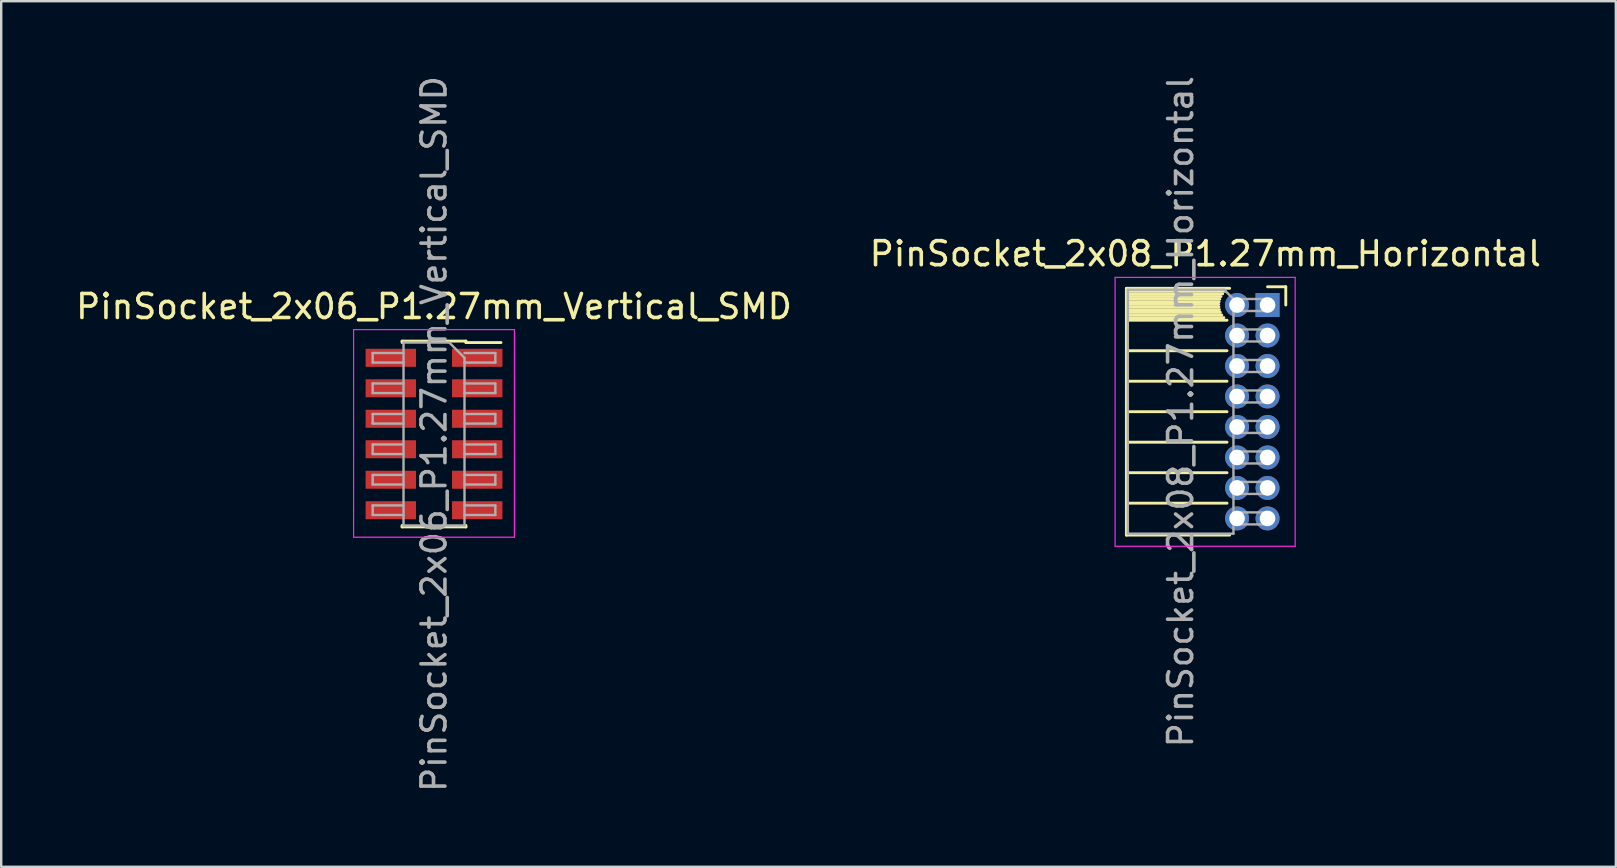
<source format=kicad_pcb>
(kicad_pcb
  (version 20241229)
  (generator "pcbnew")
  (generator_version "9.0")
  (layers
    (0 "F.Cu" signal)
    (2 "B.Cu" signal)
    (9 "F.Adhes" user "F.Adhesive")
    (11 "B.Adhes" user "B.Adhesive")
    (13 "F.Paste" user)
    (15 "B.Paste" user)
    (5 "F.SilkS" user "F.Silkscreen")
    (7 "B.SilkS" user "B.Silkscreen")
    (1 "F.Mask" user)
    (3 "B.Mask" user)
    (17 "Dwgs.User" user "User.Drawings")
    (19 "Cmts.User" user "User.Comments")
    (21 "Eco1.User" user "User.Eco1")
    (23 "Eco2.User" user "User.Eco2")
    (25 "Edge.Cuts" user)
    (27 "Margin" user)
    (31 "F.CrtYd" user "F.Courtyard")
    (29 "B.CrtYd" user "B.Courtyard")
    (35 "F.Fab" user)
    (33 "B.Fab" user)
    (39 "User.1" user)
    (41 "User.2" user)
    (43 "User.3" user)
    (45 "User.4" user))
  (footprint "PinSocket_2x08_P1.27mm_Horizontal"
    (layer "F.Cu")
    (at 49.753 9.656)
    (property "Reference" "PinSocket_2x08_P1.27mm_Horizontal" (at -2.592 -2.135 0) (layer "F.SilkS") (effects (font (size 1 1) (thickness 0.15))))
    (attr through_hole)
    (fp_line (start -5.88 -0.695) (end -5.88 9.585) (stroke (width 0.12) (type solid)) (layer "F.SilkS"))
    (fp_line (start -5.88 -0.695) (end -1.578 -0.695) (stroke (width 0.12) (type solid)) (layer "F.SilkS"))
    (fp_line (start -5.88 -0.575) (end -1.767 -0.575) (stroke (width 0.12) (type solid)) (layer "F.SilkS"))
    (fp_line (start -5.88 -0.465) (end -1.871 -0.465) (stroke (width 0.12) (type solid)) (layer "F.SilkS"))
    (fp_line (start -5.88 -0.355) (end -1.942 -0.355) (stroke (width 0.12) (type solid)) (layer "F.SilkS"))
    (fp_line (start -5.88 -0.245) (end -1.989 -0.245) (stroke (width 0.12) (type solid)) (layer "F.SilkS"))
    (fp_line (start -5.88 -0.135) (end -2.018 -0.135) (stroke (width 0.12) (type solid)) (layer "F.SilkS"))
    (fp_line (start -5.88 -0.025) (end -2.03 -0.025) (stroke (width 0.12) (type solid)) (layer "F.SilkS"))
    (fp_line (start -5.88 0.085) (end -2.025 0.085) (stroke (width 0.12) (type solid)) (layer "F.SilkS"))
    (fp_line (start -5.88 0.195) (end -2.005 0.195) (stroke (width 0.12) (type solid)) (layer "F.SilkS"))
    (fp_line (start -5.88 0.305) (end -1.966 0.305) (stroke (width 0.12) (type solid)) (layer "F.SilkS"))
    (fp_line (start -5.88 0.415) (end -1.907 0.415) (stroke (width 0.12) (type solid)) (layer "F.SilkS"))
    (fp_line (start -5.88 0.525) (end -1.82 0.525) (stroke (width 0.12) (type solid)) (layer "F.SilkS"))
    (fp_line (start -5.88 0.635) (end -1.688 0.635) (stroke (width 0.12) (type solid)) (layer "F.SilkS"))
    (fp_line (start -5.88 1.905) (end -1.688 1.905) (stroke (width 0.12) (type solid)) (layer "F.SilkS"))
    (fp_line (start -5.88 3.175) (end -1.688 3.175) (stroke (width 0.12) (type solid)) (layer "F.SilkS"))
    (fp_line (start -5.88 4.445) (end -1.688 4.445) (stroke (width 0.12) (type solid)) (layer "F.SilkS"))
    (fp_line (start -5.88 5.715) (end -1.688 5.715) (stroke (width 0.12) (type solid)) (layer "F.SilkS"))
    (fp_line (start -5.88 6.985) (end -1.688 6.985) (stroke (width 0.12) (type solid)) (layer "F.SilkS"))
    (fp_line (start -5.88 8.255) (end -1.688 8.255) (stroke (width 0.12) (type solid)) (layer "F.SilkS"))
    (fp_line (start -5.88 9.585) (end -1.578 9.585) (stroke (width 0.12) (type solid)) (layer "F.SilkS"))
    (fp_line (start 0 -0.76) (end 0.76 -0.76) (stroke (width 0.12) (type solid)) (layer "F.SilkS"))
    (fp_line (start 0.76 -0.76) (end 0.76 0) (stroke (width 0.12) (type solid)) (layer "F.SilkS"))
    (fp_line (start -6.35 -1.15) (end -6.35 10.05) (stroke (width 0.05) (type solid)) (layer "F.CrtYd"))
    (fp_line (start -6.35 10.05) (end 1.15 10.05) (stroke (width 0.05) (type solid)) (layer "F.CrtYd"))
    (fp_line (start 1.15 -1.15) (end -6.35 -1.15) (stroke (width 0.05) (type solid)) (layer "F.CrtYd"))
    (fp_line (start 1.15 10.05) (end 1.15 -1.15) (stroke (width 0.05) (type solid)) (layer "F.CrtYd"))
    (fp_line (start -5.82 -0.635) (end -1.805 -0.635) (stroke (width 0.1) (type solid)) (layer "F.Fab"))
    (fp_line (start -5.82 9.525) (end -5.82 -0.635) (stroke (width 0.1) (type solid)) (layer "F.Fab"))
    (fp_line (start -1.805 -0.635) (end -1.42 -0.25) (stroke (width 0.1) (type solid)) (layer "F.Fab"))
    (fp_line (start -1.42 -0.25) (end -1.42 9.525) (stroke (width 0.1) (type solid)) (layer "F.Fab"))
    (fp_line (start -1.42 0.25) (end 0 0.25) (stroke (width 0.1) (type solid)) (layer "F.Fab"))
    (fp_line (start -1.42 1.52) (end 0 1.52) (stroke (width 0.1) (type solid)) (layer "F.Fab"))
    (fp_line (start -1.42 2.79) (end 0 2.79) (stroke (width 0.1) (type solid)) (layer "F.Fab"))
    (fp_line (start -1.42 4.06) (end 0 4.06) (stroke (width 0.1) (type solid)) (layer "F.Fab"))
    (fp_line (start -1.42 5.33) (end 0 5.33) (stroke (width 0.1) (type solid)) (layer "F.Fab"))
    (fp_line (start -1.42 6.6) (end 0 6.6) (stroke (width 0.1) (type solid)) (layer "F.Fab"))
    (fp_line (start -1.42 7.87) (end 0 7.87) (stroke (width 0.1) (type solid)) (layer "F.Fab"))
    (fp_line (start -1.42 9.14) (end 0 9.14) (stroke (width 0.1) (type solid)) (layer "F.Fab"))
    (fp_line (start -1.42 9.525) (end -5.82 9.525) (stroke (width 0.1) (type solid)) (layer "F.Fab"))
    (fp_line (start 0 -0.25) (end -1.42 -0.25) (stroke (width 0.1) (type solid)) (layer "F.Fab"))
    (fp_line (start 0 0.25) (end 0 -0.25) (stroke (width 0.1) (type solid)) (layer "F.Fab"))
    (fp_line (start 0 1.02) (end -1.42 1.02) (stroke (width 0.1) (type solid)) (layer "F.Fab"))
    (fp_line (start 0 1.52) (end 0 1.02) (stroke (width 0.1) (type solid)) (layer "F.Fab"))
    (fp_line (start 0 2.29) (end -1.42 2.29) (stroke (width 0.1) (type solid)) (layer "F.Fab"))
    (fp_line (start 0 2.79) (end 0 2.29) (stroke (width 0.1) (type solid)) (layer "F.Fab"))
    (fp_line (start 0 3.56) (end -1.42 3.56) (stroke (width 0.1) (type solid)) (layer "F.Fab"))
    (fp_line (start 0 4.06) (end 0 3.56) (stroke (width 0.1) (type solid)) (layer "F.Fab"))
    (fp_line (start 0 4.83) (end -1.42 4.83) (stroke (width 0.1) (type solid)) (layer "F.Fab"))
    (fp_line (start 0 5.33) (end 0 4.83) (stroke (width 0.1) (type solid)) (layer "F.Fab"))
    (fp_line (start 0 6.1) (end -1.42 6.1) (stroke (width 0.1) (type solid)) (layer "F.Fab"))
    (fp_line (start 0 6.6) (end 0 6.1) (stroke (width 0.1) (type solid)) (layer "F.Fab"))
    (fp_line (start 0 7.37) (end -1.42 7.37) (stroke (width 0.1) (type solid)) (layer "F.Fab"))
    (fp_line (start 0 7.87) (end 0 7.37) (stroke (width 0.1) (type solid)) (layer "F.Fab"))
    (fp_line (start 0 8.64) (end -1.42 8.64) (stroke (width 0.1) (type solid)) (layer "F.Fab"))
    (fp_line (start 0 9.14) (end 0 8.64) (stroke (width 0.1) (type solid)) (layer "F.Fab"))
    (fp_text user "${REFERENCE}" (at -3.62 4.445 90) (layer "F.Fab") (effects (font (size 1 1) (thickness 0.15))))
    (pad "1" thru_hole rect (at 0 0) (size 1 1) (drill 0.65) (layers "*.Cu" "*.Mask"))
    (pad "2" thru_hole oval (at -1.27 0) (size 1 1) (drill 0.65) (layers "*.Cu" "*.Mask"))
    (pad "3" thru_hole oval (at 0 1.27) (size 1 1) (drill 0.65) (layers "*.Cu" "*.Mask"))
    (pad "4" thru_hole oval (at -1.27 1.27) (size 1 1) (drill 0.65) (layers "*.Cu" "*.Mask"))
    (pad "5" thru_hole oval (at 0 2.54) (size 1 1) (drill 0.65) (layers "*.Cu" "*.Mask"))
    (pad "6" thru_hole oval (at -1.27 2.54) (size 1 1) (drill 0.65) (layers "*.Cu" "*.Mask"))
    (pad "7" thru_hole oval (at 0 3.81) (size 1 1) (drill 0.65) (layers "*.Cu" "*.Mask"))
    (pad "8" thru_hole oval (at -1.27 3.81) (size 1 1) (drill 0.65) (layers "*.Cu" "*.Mask"))
    (pad "9" thru_hole oval (at 0 5.08) (size 1 1) (drill 0.65) (layers "*.Cu" "*.Mask"))
    (pad "10" thru_hole oval (at -1.27 5.08) (size 1 1) (drill 0.65) (layers "*.Cu" "*.Mask"))
    (pad "11" thru_hole oval (at 0 6.35) (size 1 1) (drill 0.65) (layers "*.Cu" "*.Mask"))
    (pad "12" thru_hole oval (at -1.27 6.35) (size 1 1) (drill 0.65) (layers "*.Cu" "*.Mask"))
    (pad "13" thru_hole oval (at 0 7.62) (size 1 1) (drill 0.65) (layers "*.Cu" "*.Mask"))
    (pad "14" thru_hole oval (at -1.27 7.62) (size 1 1) (drill 0.65) (layers "*.Cu" "*.Mask"))
    (pad "15" thru_hole oval (at 0 8.89) (size 1 1) (drill 0.65) (layers "*.Cu" "*.Mask"))
    (pad "16" thru_hole oval (at -1.27 8.89) (size 1 1) (drill 0.65) (layers "*.Cu" "*.Mask")))
  (footprint "PinSocket_2x06_P1.27mm_Vertical_SMD"
    (layer "F.Cu")
    (at 15.03 15.03)
    (property "Reference" "PinSocket_2x06_P1.27mm_Vertical_SMD" (at 0 -5.31 0) (layer "F.SilkS") (effects (font (size 1 1) (thickness 0.15))))
    (attr smd)
    (fp_line (start -1.33 -3.87) (end -1.33 -3.81) (stroke (width 0.12) (type solid)) (layer "F.SilkS"))
    (fp_line (start -1.33 -3.87) (end 1.33 -3.87) (stroke (width 0.12) (type solid)) (layer "F.SilkS"))
    (fp_line (start -1.33 3.81) (end -1.33 3.87) (stroke (width 0.12) (type solid)) (layer "F.SilkS"))
    (fp_line (start -1.33 3.87) (end 1.33 3.87) (stroke (width 0.12) (type solid)) (layer "F.SilkS"))
    (fp_line (start 1.33 -3.87) (end 1.33 -3.81) (stroke (width 0.12) (type solid)) (layer "F.SilkS"))
    (fp_line (start 1.33 -3.81) (end 2.79 -3.81) (stroke (width 0.12) (type solid)) (layer "F.SilkS"))
    (fp_line (start 1.33 3.81) (end 1.33 3.87) (stroke (width 0.12) (type solid)) (layer "F.SilkS"))
    (fp_line (start -3.35 -4.35) (end 3.35 -4.35) (stroke (width 0.05) (type solid)) (layer "F.CrtYd"))
    (fp_line (start -3.35 4.3) (end -3.35 -4.35) (stroke (width 0.05) (type solid)) (layer "F.CrtYd"))
    (fp_line (start 3.35 -4.35) (end 3.35 4.3) (stroke (width 0.05) (type solid)) (layer "F.CrtYd"))
    (fp_line (start 3.35 4.3) (end -3.35 4.3) (stroke (width 0.05) (type solid)) (layer "F.CrtYd"))
    (fp_line (start -2.555 -3.375) (end -1.27 -3.375) (stroke (width 0.1) (type solid)) (layer "F.Fab"))
    (fp_line (start -2.555 -2.975) (end -2.555 -3.375) (stroke (width 0.1) (type solid)) (layer "F.Fab"))
    (fp_line (start -2.555 -2.105) (end -1.27 -2.105) (stroke (width 0.1) (type solid)) (layer "F.Fab"))
    (fp_line (start -2.555 -1.705) (end -2.555 -2.105) (stroke (width 0.1) (type solid)) (layer "F.Fab"))
    (fp_line (start -2.555 -0.835) (end -1.27 -0.835) (stroke (width 0.1) (type solid)) (layer "F.Fab"))
    (fp_line (start -2.555 -0.435) (end -2.555 -0.835) (stroke (width 0.1) (type solid)) (layer "F.Fab"))
    (fp_line (start -2.555 0.435) (end -1.27 0.435) (stroke (width 0.1) (type solid)) (layer "F.Fab"))
    (fp_line (start -2.555 0.835) (end -2.555 0.435) (stroke (width 0.1) (type solid)) (layer "F.Fab"))
    (fp_line (start -2.555 1.705) (end -1.27 1.705) (stroke (width 0.1) (type solid)) (layer "F.Fab"))
    (fp_line (start -2.555 2.105) (end -2.555 1.705) (stroke (width 0.1) (type solid)) (layer "F.Fab"))
    (fp_line (start -2.555 2.975) (end -1.27 2.975) (stroke (width 0.1) (type solid)) (layer "F.Fab"))
    (fp_line (start -2.555 3.375) (end -2.555 2.975) (stroke (width 0.1) (type solid)) (layer "F.Fab"))
    (fp_line (start -1.27 -3.81) (end 0.635 -3.81) (stroke (width 0.1) (type solid)) (layer "F.Fab"))
    (fp_line (start -1.27 -2.975) (end -2.555 -2.975) (stroke (width 0.1) (type solid)) (layer "F.Fab"))
    (fp_line (start -1.27 -1.705) (end -2.555 -1.705) (stroke (width 0.1) (type solid)) (layer "F.Fab"))
    (fp_line (start -1.27 -0.435) (end -2.555 -0.435) (stroke (width 0.1) (type solid)) (layer "F.Fab"))
    (fp_line (start -1.27 0.835) (end -2.555 0.835) (stroke (width 0.1) (type solid)) (layer "F.Fab"))
    (fp_line (start -1.27 2.105) (end -2.555 2.105) (stroke (width 0.1) (type solid)) (layer "F.Fab"))
    (fp_line (start -1.27 3.375) (end -2.555 3.375) (stroke (width 0.1) (type solid)) (layer "F.Fab"))
    (fp_line (start -1.27 3.81) (end -1.27 -3.81) (stroke (width 0.1) (type solid)) (layer "F.Fab"))
    (fp_line (start 0.635 -3.81) (end 1.27 -3.175) (stroke (width 0.1) (type solid)) (layer "F.Fab"))
    (fp_line (start 1.27 -3.375) (end 2.555 -3.375) (stroke (width 0.1) (type solid)) (layer "F.Fab"))
    (fp_line (start 1.27 -3.175) (end 1.27 3.81) (stroke (width 0.1) (type solid)) (layer "F.Fab"))
    (fp_line (start 1.27 -2.105) (end 2.555 -2.105) (stroke (width 0.1) (type solid)) (layer "F.Fab"))
    (fp_line (start 1.27 -0.835) (end 2.555 -0.835) (stroke (width 0.1) (type solid)) (layer "F.Fab"))
    (fp_line (start 1.27 0.435) (end 2.555 0.435) (stroke (width 0.1) (type solid)) (layer "F.Fab"))
    (fp_line (start 1.27 1.705) (end 2.555 1.705) (stroke (width 0.1) (type solid)) (layer "F.Fab"))
    (fp_line (start 1.27 2.975) (end 2.555 2.975) (stroke (width 0.1) (type solid)) (layer "F.Fab"))
    (fp_line (start 1.27 3.81) (end -1.27 3.81) (stroke (width 0.1) (type solid)) (layer "F.Fab"))
    (fp_line (start 2.555 -3.375) (end 2.555 -2.975) (stroke (width 0.1) (type solid)) (layer "F.Fab"))
    (fp_line (start 2.555 -2.975) (end 1.27 -2.975) (stroke (width 0.1) (type solid)) (layer "F.Fab"))
    (fp_line (start 2.555 -2.105) (end 2.555 -1.705) (stroke (width 0.1) (type solid)) (layer "F.Fab"))
    (fp_line (start 2.555 -1.705) (end 1.27 -1.705) (stroke (width 0.1) (type solid)) (layer "F.Fab"))
    (fp_line (start 2.555 -0.835) (end 2.555 -0.435) (stroke (width 0.1) (type solid)) (layer "F.Fab"))
    (fp_line (start 2.555 -0.435) (end 1.27 -0.435) (stroke (width 0.1) (type solid)) (layer "F.Fab"))
    (fp_line (start 2.555 0.435) (end 2.555 0.835) (stroke (width 0.1) (type solid)) (layer "F.Fab"))
    (fp_line (start 2.555 0.835) (end 1.27 0.835) (stroke (width 0.1) (type solid)) (layer "F.Fab"))
    (fp_line (start 2.555 1.705) (end 2.555 2.105) (stroke (width 0.1) (type solid)) (layer "F.Fab"))
    (fp_line (start 2.555 2.105) (end 1.27 2.105) (stroke (width 0.1) (type solid)) (layer "F.Fab"))
    (fp_line (start 2.555 2.975) (end 2.555 3.375) (stroke (width 0.1) (type solid)) (layer "F.Fab"))
    (fp_line (start 2.555 3.375) (end 1.27 3.375) (stroke (width 0.1) (type solid)) (layer "F.Fab"))
    (fp_text user "${REFERENCE}" (at 0 0 90) (layer "F.Fab") (effects (font (size 1 1) (thickness 0.15))))
    (pad "1" smd rect (at 1.8 -3.175) (size 2.1 0.75) (layers "F.Cu" "F.Mask" "F.Paste"))
    (pad "2" smd rect (at -1.8 -3.175) (size 2.1 0.75) (layers "F.Cu" "F.Mask" "F.Paste"))
    (pad "3" smd rect (at 1.8 -1.905) (size 2.1 0.75) (layers "F.Cu" "F.Mask" "F.Paste"))
    (pad "4" smd rect (at -1.8 -1.905) (size 2.1 0.75) (layers "F.Cu" "F.Mask" "F.Paste"))
    (pad "5" smd rect (at 1.8 -0.635) (size 2.1 0.75) (layers "F.Cu" "F.Mask" "F.Paste"))
    (pad "6" smd rect (at -1.8 -0.635) (size 2.1 0.75) (layers "F.Cu" "F.Mask" "F.Paste"))
    (pad "7" smd rect (at 1.8 0.635) (size 2.1 0.75) (layers "F.Cu" "F.Mask" "F.Paste"))
    (pad "8" smd rect (at -1.8 0.635) (size 2.1 0.75) (layers "F.Cu" "F.Mask" "F.Paste"))
    (pad "9" smd rect (at 1.8 1.905) (size 2.1 0.75) (layers "F.Cu" "F.Mask" "F.Paste"))
    (pad "10" smd rect (at -1.8 1.905) (size 2.1 0.75) (layers "F.Cu" "F.Mask" "F.Paste"))
    (pad "11" smd rect (at 1.8 3.175) (size 2.1 0.75) (layers "F.Cu" "F.Mask" "F.Paste"))
    (pad "12" smd rect (at -1.8 3.175) (size 2.1 0.75) (layers "F.Cu" "F.Mask" "F.Paste")))
  (gr_rect
    (start -3 -3)
    (end 64.262 33.06)
    (stroke (width 0.1) (type default))
    (fill no)
    (layer "Edge.Cuts")))
</source>
